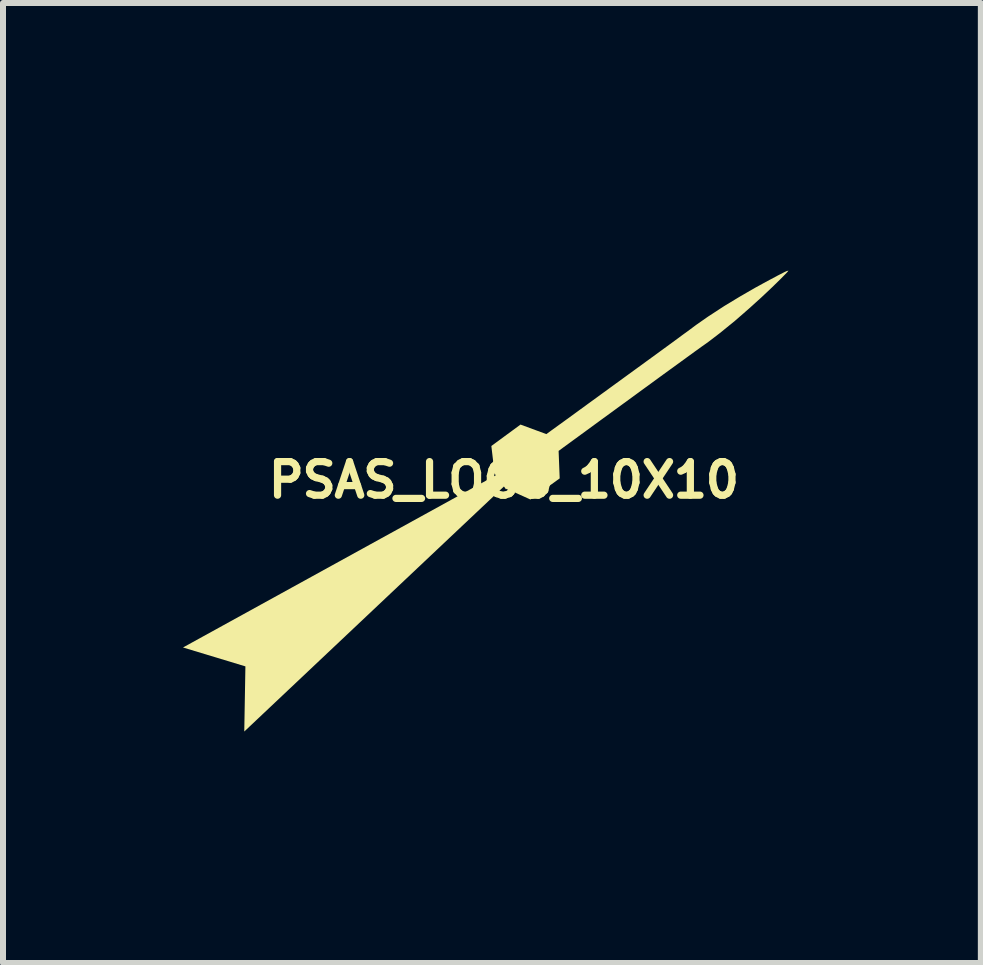
<source format=kicad_pcb>
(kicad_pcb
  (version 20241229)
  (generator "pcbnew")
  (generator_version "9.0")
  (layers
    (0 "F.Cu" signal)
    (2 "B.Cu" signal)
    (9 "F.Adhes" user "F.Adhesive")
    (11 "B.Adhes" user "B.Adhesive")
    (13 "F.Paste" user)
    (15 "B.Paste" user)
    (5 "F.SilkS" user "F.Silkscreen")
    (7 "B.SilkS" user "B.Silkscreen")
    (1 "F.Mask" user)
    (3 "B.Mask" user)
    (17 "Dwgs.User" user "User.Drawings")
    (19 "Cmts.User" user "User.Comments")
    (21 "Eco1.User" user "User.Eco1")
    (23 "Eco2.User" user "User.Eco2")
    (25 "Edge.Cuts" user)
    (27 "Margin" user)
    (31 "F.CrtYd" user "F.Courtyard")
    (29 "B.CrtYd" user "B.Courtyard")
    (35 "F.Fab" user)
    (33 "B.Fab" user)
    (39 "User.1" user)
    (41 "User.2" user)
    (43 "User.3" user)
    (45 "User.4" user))
  (footprint "PSAS_LOGO_10X10"
    (layer "F.Cu")
    (at 5.349 4.95)
    (property "Reference" "PSAS_LOGO_10X10" (at 0 0 0) (layer "F.SilkS") (effects (font (size 0.56 0.56) (thickness 0.12))))
    (attr board_only exclude_from_bom)
    (fp_poly (pts (xy 1.001 0.896) (xy 0.518 0.896) (xy 0.518 1.303) (xy 1.001 1.303) (xy 1.001 1.682) (xy 0.518 1.682) (xy 0.518 2.231) (xy 0.141 2.231) (xy 0.141 0.837) (xy 0.169 0.734) (xy 0.245 0.621) (xy 0.358 0.545) (xy 0.462 0.517) (xy 1.001 0.517)) (stroke (width 0) (type solid)) (fill yes) (layer "F.Mask"))
    (fp_poly (pts (xy 1.637 0.545) (xy 1.751 0.621) (xy 1.827 0.734) (xy 1.856 0.837) (xy 1.856 2.231) (xy 1.474 2.231) (xy 1.474 1.682) (xy 0.991 1.682) (xy 0.991 1.303) (xy 1.474 1.303) (xy 1.474 0.896) (xy 0.991 0.896) (xy 0.991 0.517) (xy 1.533 0.517)) (stroke (width 0) (type solid)) (fill yes) (layer "F.Mask"))
    (fp_poly (pts (xy -3.865 0.52) (xy -3.363 0.52) (xy -3.363 0.896) (xy -3.851 0.896) (xy -3.851 1.291) (xy -3.363 1.291) (xy -3.363 1.672) (xy -3.851 1.672) (xy -3.851 2.231) (xy -4.228 2.231) (xy -4.228 0.901) (xy -4.23 0.864) (xy -4.205 0.75) (xy -4.129 0.628) (xy -4.011 0.548) (xy -3.901 0.519)) (stroke (width 0) (type solid)) (fill yes) (layer "F.Mask"))
    (fp_poly (pts (xy -2.729 0.548) (xy -2.615 0.624) (xy -2.538 0.737) (xy -2.51 0.84) (xy -2.51 1.35) (xy -2.538 1.453) (xy -2.615 1.566) (xy -2.729 1.642) (xy -2.833 1.67) (xy -2.867 1.67) (xy -3.369 1.672) (xy -3.369 1.291) (xy -2.891 1.291) (xy -2.891 0.896) (xy -3.369 0.896) (xy -3.369 0.52) (xy -2.833 0.52)) (stroke (width 0) (type solid)) (fill yes) (layer "F.Mask"))
    (fp_poly (pts (xy -0.598 0.545) (xy -0.485 0.621) (xy -0.409 0.734) (xy -0.38 0.837) (xy -0.38 1.036) (xy -0.762 1.036) (xy -0.762 0.896) (xy -1.718 0.896) (xy -1.718 1.185) (xy -0.701 1.185) (xy -0.598 1.212) (xy -0.485 1.288) (xy -0.409 1.401) (xy -0.38 1.505) (xy -0.38 1.911) (xy -0.409 2.015) (xy -0.485 2.128) (xy -0.598 2.204) (xy -0.701 2.231) (xy -1.774 2.231) (xy -1.878 2.204) (xy -1.991 2.128) (xy -2.067 2.015) (xy -2.095 1.911) (xy -2.095 1.712) (xy -1.718 1.712) (xy -1.718 1.852) (xy -0.762 1.852) (xy -0.762 1.564) (xy -1.774 1.564) (xy -1.878 1.536) (xy -1.991 1.46) (xy -2.067 1.347) (xy -2.095 1.243) (xy -2.095 0.837) (xy -2.067 0.734) (xy -1.991 0.621) (xy -1.878 0.545) (xy -1.774 0.517) (xy -0.701 0.517)) (stroke (width 0) (type solid)) (fill yes) (layer "F.Mask"))
    (fp_poly (pts (xy 3.873 0.545) (xy 3.986 0.621) (xy 4.063 0.734) (xy 4.091 0.837) (xy 4.091 1.036) (xy 3.709 1.036) (xy 3.709 0.896) (xy 2.754 0.896) (xy 2.754 1.185) (xy 3.77 1.185) (xy 3.873 1.212) (xy 3.986 1.288) (xy 4.063 1.401) (xy 4.091 1.505) (xy 4.091 1.911) (xy 4.063 2.015) (xy 3.986 2.128) (xy 3.873 2.204) (xy 3.77 2.231) (xy 2.697 2.231) (xy 2.593 2.204) (xy 2.48 2.128) (xy 2.404 2.015) (xy 2.377 1.911) (xy 2.377 1.712) (xy 2.754 1.712) (xy 2.754 1.852) (xy 3.709 1.852) (xy 3.709 1.564) (xy 2.697 1.564) (xy 2.593 1.536) (xy 2.48 1.46) (xy 2.404 1.347) (xy 2.377 1.243) (xy 2.377 0.837) (xy 2.404 0.734) (xy 2.48 0.621) (xy 2.593 0.545) (xy 2.697 0.517) (xy 3.77 0.517)) (stroke (width 0) (type solid)) (fill yes) (layer "F.Mask"))
    (fp_poly (pts (xy 0.051 -4.368) (xy 0.341 -4.223) (xy 0.613 -3.99) (xy 0.864 -3.676) (xy 1.093 -3.286) (xy 1.298 -2.827) (xy 1.478 -2.305) (xy 1.597 -1.872) (xy 1.632 -1.72) (xy 1.617 -1.72) (xy 1.595 -1.72) (xy 1.562 -1.857) (xy 1.446 -2.255) (xy 1.267 -2.735) (xy 1.063 -3.157) (xy 0.837 -3.515) (xy 0.594 -3.803) (xy 0.337 -4.016) (xy 0.07 -4.148) (xy -0.135 -4.193) (xy -0.286 -4.193) (xy -0.539 -4.123) (xy -0.861 -3.92) (xy -1.163 -3.596) (xy -1.44 -3.161) (xy -1.685 -2.627) (xy -1.894 -2.004) (xy -2.061 -1.305) (xy -2.158 -0.732) (xy -2.18 -0.54) (xy -2.183 -0.518) (xy -2.186 -0.452) (xy -2.185 -0.358) (xy -2.178 -0.274) (xy -2.17 -0.232) (xy -2.164 -0.218) (xy -2.175 -0.206) (xy -2.252 -0.165) (xy -2.377 -0.143) (xy -2.41 -0.144) (xy -2.427 -0.144) (xy -2.479 -0.153) (xy -2.544 -0.172) (xy -2.595 -0.195) (xy -2.618 -0.21) (xy -2.623 -0.218) (xy -2.613 -0.246) (xy -2.568 -0.379) (xy -2.536 -0.511) (xy -2.533 -0.537) (xy -2.512 -0.74) (xy -2.409 -1.343) (xy -2.222 -2.083) (xy -1.979 -2.743) (xy -1.692 -3.312) (xy -1.367 -3.776) (xy -1.013 -4.124) (xy -0.64 -4.342) (xy -0.353 -4.417) (xy -0.18 -4.417)) (stroke (width 0) (type solid)) (fill yes) (layer "F.Mask"))
    (fp_poly (pts (xy 0.994 -0.546) (xy 0.911 -0.485) (xy 0.929 -0.027) (xy 0.441 0.325) (xy 0.047 0.147) (xy 0.034 0.156) (xy -0.000198 0.108) (xy -4.328 4.192) (xy -4.309 3.106) (xy -5.349 2.791) (xy -0.136 -0.079) (xy -0.171 -0.127) (xy -0.159 -0.135) (xy -0.21 -0.567) (xy 0.276 -0.924) (xy 0.707 -0.765) (xy 0.79 -0.826) (xy 1.046 -1.011) (xy 1.407 -1.274) (xy 1.774 -1.541) (xy 2.13 -1.8) (xy 2.46 -2.04) (xy 2.748 -2.25) (xy 2.978 -2.419) (xy 3.096 -2.505) (xy 3.135 -2.534) (xy 3.2 -2.583) (xy 3.401 -2.723) (xy 3.672 -2.9) (xy 3.937 -3.06) (xy 4.181 -3.201) (xy 4.393 -3.317) (xy 4.56 -3.406) (xy 4.669 -3.462) (xy 4.709 -3.481) (xy 4.742 -3.49) (xy 4.72 -3.462) (xy 4.689 -3.43) (xy 4.603 -3.343) (xy 4.468 -3.211) (xy 4.292 -3.045) (xy 4.083 -2.856) (xy 3.85 -2.653) (xy 3.599 -2.449) (xy 3.404 -2.3) (xy 3.338 -2.253) (xy 3.298 -2.225) (xy 3.18 -2.14) (xy 2.949 -1.972) (xy 2.661 -1.763) (xy 2.332 -1.523) (xy 1.976 -1.263) (xy 1.61 -0.996) (xy 1.249 -0.732)) (stroke (width 0) (type solid)) (fill yes) (layer "F.SilkS"))
    (zone (net_name "") (layer "F.Cu") (hatch edge 0.508) (connect_pads) (min_thickness 0.254) (filled_areas_thickness no) (keepout (tracks not_allowed) (vias not_allowed) (pads not_allowed) (copperpour not_allowed) (footprints allowed)) (placement (enabled no)) (fill) (polygon (pts (xy 6.704 2.709) (xy 6.754 2.875) (xy 6.817 3.099) (xy 6.548 3.059) (xy 5.585 2.995) (xy 4.942 2.995) (xy 3.979 3.059) (xy 3.511 3.129) (xy 3.529 3.025) (xy 3.545 2.956) (xy 3.751 2.343) (xy 3.992 1.819) (xy 4.261 1.397) (xy 4.548 1.088) (xy 4.848 0.899) (xy 5.075 0.837) (xy 5.203 0.837) (xy 5.386 0.877) (xy 5.633 0.999) (xy 5.875 1.199) (xy 6.109 1.476) (xy 6.328 1.823) (xy 6.528 2.236))))
    (zone (net_name "") (layer "F.Cu") (hatch edge 0.508) (connect_pads) (min_thickness 0.254) (filled_areas_thickness no) (keepout (tracks not_allowed) (vias not_allowed) (pads not_allowed) (copperpour not_allowed) (footprints allowed)) (placement (enabled no)) (fill) (polygon (pts (xy 5.361 0.466) (xy 5.212 0.438) (xy 5.017 0.438) (xy 4.704 0.52) (xy 4.31 0.75) (xy 3.942 1.112) (xy 3.608 1.589) (xy 3.315 2.169) (xy 3.069 2.839) (xy 2.996 3.126) (xy 2.974 3.23) (xy 2.764 3.262) (xy 1.559 3.566) (xy 0.75 3.841) (xy 0.663 4.188) (xy 0.612 4.521) (xy 0.588 4.882) (xy 0.588 5.118) (xy 0.613 5.48) (xy 0.684 5.95) (xy 0.8 6.401) (xy 0.959 6.833) (xy 1.157 7.244) (xy 1.393 7.633) (xy 1.664 7.995) (xy 1.968 8.329) (xy 2.302 8.633) (xy 2.664 8.905) (xy 3.053 9.14) (xy 3.464 9.338) (xy 3.896 9.497) (xy 4.347 9.613) (xy 4.817 9.684) (xy 5.179 9.709) (xy 5.361 9.709) (xy 5.361 10) (xy 5.169 10) (xy 4.785 9.974) (xy 4.289 9.898) (xy 3.81 9.775) (xy 3.35 9.607) (xy 2.913 9.397) (xy 2.501 9.146) (xy 2.116 8.858) (xy 1.761 8.536) (xy 1.439 8.181) (xy 1.151 7.796) (xy 0.9 7.384) (xy 0.69 6.947) (xy 0.522 6.487) (xy 0.399 6.008) (xy 0.323 5.512) (xy 0.297 5.128) (xy 0.297 4.872) (xy 0.322 4.489) (xy 0.387 4.064) (xy 0.401 3.981) (xy 0.521 3.513) (xy 0.69 3.054) (xy 0.9 2.617) (xy 1.15 2.204) (xy 1.438 1.82) (xy 1.761 1.464) (xy 2.116 1.142) (xy 2.501 0.854) (xy 2.913 0.603) (xy 3.35 0.393) (xy 3.81 0.225) (xy 4.289 0.101) (xy 4.785 0.026) (xy 5.169 0) (xy 5.361 0))))
    (zone (net_name "") (layer "F.Cu") (hatch edge 0.508) (connect_pads) (min_thickness 0.254) (filled_areas_thickness no) (keepout (tracks not_allowed) (vias not_allowed) (pads not_allowed) (copperpour not_allowed) (footprints allowed)) (placement (enabled no)) (fill) (polygon (pts (xy 5.361 10) (xy 5.424 10) (xy 5.808 9.974) (xy 6.304 9.898) (xy 6.783 9.775) (xy 7.243 9.607) (xy 7.68 9.397) (xy 8.092 9.146) (xy 8.477 8.858) (xy 8.832 8.536) (xy 9.155 8.181) (xy 9.443 7.796) (xy 9.694 7.384) (xy 9.904 6.947) (xy 10.072 6.487) (xy 10.196 6.008) (xy 10.271 5.512) (xy 10.297 5.128) (xy 10.297 4.872) (xy 10.271 4.489) (xy 10.207 4.067) (xy 10.193 3.981) (xy 10.192 3.981) (xy 10.072 3.513) (xy 9.904 3.054) (xy 9.693 2.617) (xy 9.443 2.204) (xy 9.155 1.82) (xy 8.832 1.464) (xy 8.477 1.142) (xy 8.092 0.854) (xy 7.68 0.603) (xy 7.243 0.393) (xy 6.783 0.225) (xy 6.304 0.101) (xy 5.808 0.026) (xy 5.424 0) (xy 5.361 0) (xy 5.361 0.466) (xy 5.461 0.491) (xy 5.464 0.492) (xy 5.775 0.647) (xy 6.063 0.893) (xy 6.324 1.22) (xy 6.559 1.621) (xy 6.768 2.088) (xy 6.95 2.617) (xy 7.094 3.151) (xy 7.83 3.261) (xy 9.035 3.566) (xy 9.866 3.849) (xy 9.93 4.188) (xy 9.981 4.521) (xy 10.005 4.882) (xy 10.006 5.119) (xy 9.981 5.48) (xy 9.91 5.95) (xy 9.794 6.401) (xy 9.635 6.833) (xy 9.437 7.244) (xy 9.201 7.633) (xy 8.93 7.995) (xy 8.626 8.329) (xy 8.292 8.633) (xy 7.929 8.905) (xy 7.541 9.14) (xy 7.129 9.338) (xy 6.697 9.497) (xy 6.246 9.613) (xy 5.776 9.684) (xy 5.415 9.709) (xy 5.361 9.709)))))
  (gr_rect
    (start -3 -3)
    (end 13.297 13)
    (stroke (width 0.1) (type default))
    (fill no)
    (layer "Edge.Cuts")))
</source>
